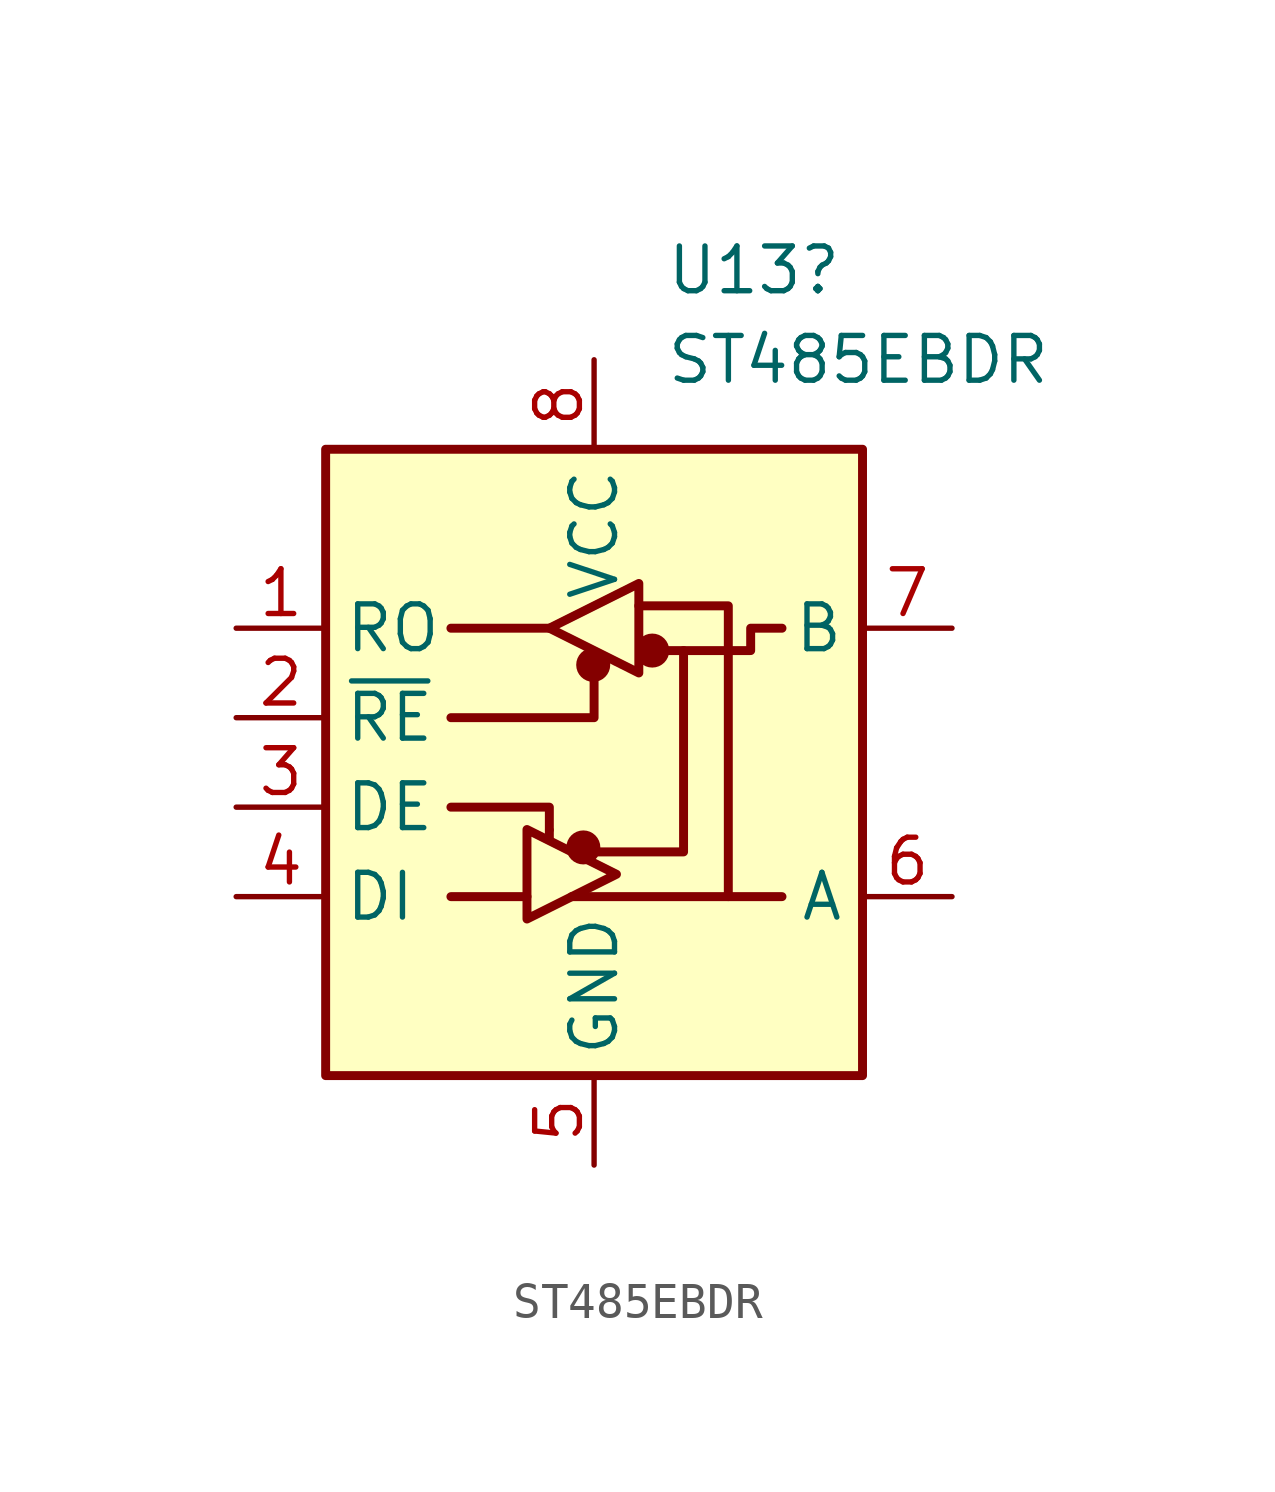
<source format=kicad_sym>
(kicad_symbol_lib
  (version 20211014)
  (generator kicad_symbol_editor)
  (symbol "ST485EBDR"
    (property "Reference" "U13"
      (at 2.019 12.7 0)
      (effects (font (size 1.27 1.27)) (justify left)))
    (property "Value" "ST485EBDR"
      (at 2.019 10.16 0)
      (effects (font (size 1.27 1.27)) (justify left)))
    (symbol "ST485EBDR_0_1"
      (rectangle (start -7.62 7.62) (end 7.62 -10.16) (stroke (width 0.254) (type default) (color 0 0 0 0)) (fill (type background)))
      (circle (center -0.305 -3.683) (radius 0.356) (stroke (width 0.254) (type default) (color 0 0 0 0)) (fill (type outline)))
      (circle (center -0.025 1.499) (radius 0.356) (stroke (width 0.254) (type default) (color 0 0 0 0)) (fill (type outline)))
      (polyline (pts (xy -4.064 -5.08) (xy -1.905 -5.08)) (stroke (width 0.254) (type default) (color 0 0 0 0)) (fill (type none)))
      (polyline (pts (xy -4.064 2.54) (xy -1.27 2.54)) (stroke (width 0.254) (type default) (color 0 0 0 0)) (fill (type none)))
      (polyline (pts (xy -1.27 -3.2) (xy -1.27 -3.454)) (stroke (width 0.254) (type default) (color 0 0 0 0)) (fill (type none)))
      (polyline (pts (xy -0.635 -5.08) (xy 5.334 -5.08)) (stroke (width 0.254) (type default) (color 0 0 0 0)) (fill (type none)))
      (polyline (pts (xy -4.064 -2.54) (xy -1.27 -2.54) (xy -1.27 -3.175)) (stroke (width 0.254) (type default) (color 0 0 0 0)) (fill (type none)))
      (polyline (pts (xy 0 1.27) (xy 0 0) (xy -4.064 0)) (stroke (width 0.254) (type default) (color 0 0 0 0)) (fill (type none)))
      (polyline (pts (xy 1.27 3.175) (xy 3.81 3.175) (xy 3.81 -5.08)) (stroke (width 0.254) (type default) (color 0 0 0 0)) (fill (type none)))
      (polyline (pts (xy 2.54 1.905) (xy 2.54 -3.81) (xy 0 -3.81)) (stroke (width 0.254) (type default) (color 0 0 0 0)) (fill (type none)))
      (polyline (pts (xy -1.905 -3.175) (xy -1.905 -5.715) (xy 0.635 -4.445) (xy -1.905 -3.175)) (stroke (width 0.254) (type default) (color 0 0 0 0)) (fill (type none)))
      (polyline (pts (xy -1.27 2.54) (xy 1.27 3.81) (xy 1.27 1.27) (xy -1.27 2.54)) (stroke (width 0.254) (type default) (color 0 0 0 0)) (fill (type none)))
      (polyline (pts (xy 1.905 1.905) (xy 4.445 1.905) (xy 4.445 2.54) (xy 5.334 2.54)) (stroke (width 0.254) (type default) (color 0 0 0 0)) (fill (type none)))
      (rectangle (start 1.27 3.175) (end 1.27 3.175) (stroke (width 0) (type default) (color 0 0 0 0)) (fill (type none)))
      (circle (center 1.651 1.905) (radius 0.356) (stroke (width 0.254) (type default) (color 0 0 0 0)) (fill (type outline))))
    (symbol "ST485EBDR_1_1"
      (pin output line (at -10.16 2.54 0) (length 2.54) (name "RO" (effects (font (size 1.27 1.27)))) (number "1" (effects (font (size 1.27 1.27)))))
      (pin input line (at -10.16 0 0) (length 2.54) (name "~{RE}" (effects (font (size 1.27 1.27)))) (number "2" (effects (font (size 1.27 1.27)))))
      (pin input line (at -10.16 -2.54 0) (length 2.54) (name "DE" (effects (font (size 1.27 1.27)))) (number "3" (effects (font (size 1.27 1.27)))))
      (pin input line (at -10.16 -5.08 0) (length 2.54) (name "DI" (effects (font (size 1.27 1.27)))) (number "4" (effects (font (size 1.27 1.27)))))
      (pin power_in line (at 0 -12.7 90) (length 2.54) (name "GND" (effects (font (size 1.27 1.27)))) (number "5" (effects (font (size 1.27 1.27)))))
      (pin bidirectional line (at 10.16 -5.08 180) (length 2.54) (name "A" (effects (font (size 1.27 1.27)))) (number "6" (effects (font (size 1.27 1.27)))))
      (pin bidirectional line (at 10.16 2.54 180) (length 2.54) (name "B" (effects (font (size 1.27 1.27)))) (number "7" (effects (font (size 1.27 1.27)))))
      (pin power_in line (at 0 10.16 270) (length 2.54) (name "VCC" (effects (font (size 1.27 1.27)))) (number "8" (effects (font (size 1.27 1.27))))))))
</source>
